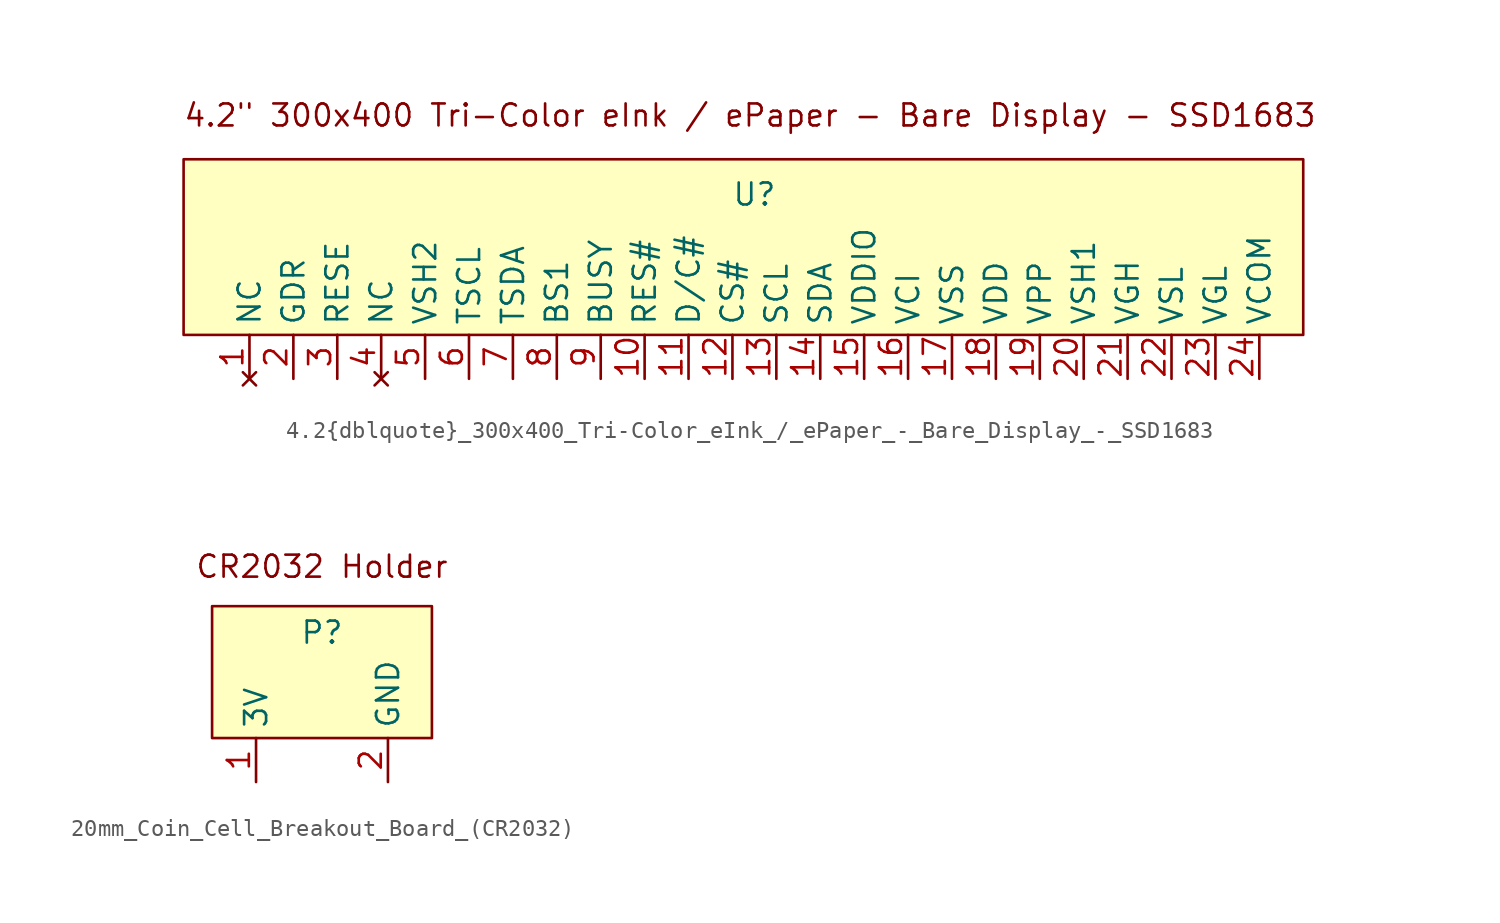
<source format=kicad_sym>
(kicad_symbol_lib
  (version 20241209)
  (generator "kicad_symbol_editor")
  (generator_version "9.0")
  (symbol "4.2{dblquote}_300x400_Tri-Color_eInk_/_ePaper_-_Bare_Display_-_SSD1683"
    (property "Reference" "U"
      (at 0 8.128 0)
      (effects (font (size 1.27 1.27))))
    (symbol "4.2{dblquote}_300x400_Tri-Color_eInk_/_ePaper_-_Bare_Display_-_SSD1683_0_1"
      (rectangle (start -33.02 10.16) (end 31.75 0) (stroke (width 0) (type default)) (fill (type color) (color 255 255 194 1))))
    (symbol "4.2{dblquote}_300x400_Tri-Color_eInk_/_ePaper_-_Bare_Display_-_SSD1683_1_1"
      (text "4.2\" 300x400 Tri-Color eInk / ePaper - Bare Display - SSD1683" (at -0.254 12.7 0) (effects (font (size 1.27 1.27))))
      (pin no_connect line (at -29.21 -2.54 90) (length 2.54) (name "NC" (effects (font (size 1.27 1.27)))) (number "1" (effects (font (size 1.27 1.27)))))
      (pin output line (at -26.67 -2.54 90) (length 2.54) (name "GDR" (effects (font (size 1.27 1.27)))) (number "2" (effects (font (size 1.27 1.27)))))
      (pin input line (at -24.13 -2.54 90) (length 2.54) (name "RESE" (effects (font (size 1.27 1.27)))) (number "3" (effects (font (size 1.27 1.27)))))
      (pin no_connect line (at -21.59 -2.54 90) (length 2.54) (name "NC" (effects (font (size 1.27 1.27)))) (number "4" (effects (font (size 1.27 1.27)))))
      (pin passive line (at -19.05 -2.54 90) (length 2.54) (name "VSH2" (effects (font (size 1.27 1.27)))) (number "5" (effects (font (size 1.27 1.27)))))
      (pin output line (at -16.51 -2.54 90) (length 2.54) (name "TSCL" (effects (font (size 1.27 1.27)))) (number "6" (effects (font (size 1.27 1.27)))))
      (pin bidirectional line (at -13.97 -2.54 90) (length 2.54) (name "TSDA" (effects (font (size 1.27 1.27)))) (number "7" (effects (font (size 1.27 1.27)))))
      (pin input line (at -11.43 -2.54 90) (length 2.54) (name "BS1" (effects (font (size 1.27 1.27)))) (number "8" (effects (font (size 1.27 1.27)))))
      (pin output line (at -8.89 -2.54 90) (length 2.54) (name "BUSY" (effects (font (size 1.27 1.27)))) (number "9" (effects (font (size 1.27 1.27)))))
      (pin input line (at -6.35 -2.54 90) (length 2.54) (name "RES#" (effects (font (size 1.27 1.27)))) (number "10" (effects (font (size 1.27 1.27)))))
      (pin input line (at -3.81 -2.54 90) (length 2.54) (name "D/C#" (effects (font (size 1.27 1.27)))) (number "11" (effects (font (size 1.27 1.27)))))
      (pin input line (at -1.27 -2.54 90) (length 2.54) (name "CS#" (effects (font (size 1.27 1.27)))) (number "12" (effects (font (size 1.27 1.27)))))
      (pin input line (at 1.27 -2.54 90) (length 2.54) (name "SCL" (effects (font (size 1.27 1.27)))) (number "13" (effects (font (size 1.27 1.27)))))
      (pin bidirectional line (at 3.81 -2.54 90) (length 2.54) (name "SDA" (effects (font (size 1.27 1.27)))) (number "14" (effects (font (size 1.27 1.27)))))
      (pin power_in line (at 6.35 -2.54 90) (length 2.54) (name "VDDIO" (effects (font (size 1.27 1.27)))) (number "15" (effects (font (size 1.27 1.27)))))
      (pin power_in line (at 8.89 -2.54 90) (length 2.54) (name "VCI" (effects (font (size 1.27 1.27)))) (number "16" (effects (font (size 1.27 1.27)))))
      (pin power_in line (at 11.43 -2.54 90) (length 2.54) (name "VSS" (effects (font (size 1.27 1.27)))) (number "17" (effects (font (size 1.27 1.27)))))
      (pin passive line (at 13.97 -2.54 90) (length 2.54) (name "VDD" (effects (font (size 1.27 1.27)))) (number "18" (effects (font (size 1.27 1.27)))))
      (pin power_in line (at 16.51 -2.54 90) (length 2.54) (name "VPP" (effects (font (size 1.27 1.27)))) (number "19" (effects (font (size 1.27 1.27)))))
      (pin passive line (at 19.05 -2.54 90) (length 2.54) (name "VSH1" (effects (font (size 1.27 1.27)))) (number "20" (effects (font (size 1.27 1.27)))))
      (pin passive line (at 21.59 -2.54 90) (length 2.54) (name "VGH" (effects (font (size 1.27 1.27)))) (number "21" (effects (font (size 1.27 1.27)))))
      (pin passive line (at 24.13 -2.54 90) (length 2.54) (name "VSL" (effects (font (size 1.27 1.27)))) (number "22" (effects (font (size 1.27 1.27)))))
      (pin passive line (at 26.67 -2.54 90) (length 2.54) (name "VGL" (effects (font (size 1.27 1.27)))) (number "23" (effects (font (size 1.27 1.27)))))
      (pin passive line (at 29.21 -2.54 90) (length 2.54) (name "VCOM" (effects (font (size 1.27 1.27)))) (number "24" (effects (font (size 1.27 1.27)))))))
  (symbol "20mm_Coin_Cell_Breakout_Board_(CR2032)"
    (property "Reference" "P"
      (at 0 6.096 0)
      (effects (font (size 1.27 1.27))))
    (symbol "20mm_Coin_Cell_Breakout_Board_(CR2032)_0_1"
      (rectangle (start -6.35 7.62) (end 6.35 0) (stroke (width 0) (type default)) (fill (type color) (color 255 255 194 1))))
    (symbol "20mm_Coin_Cell_Breakout_Board_(CR2032)_1_1"
      (text "CR2032 Holder" (at 0 9.906 0) (effects (font (size 1.27 1.27))))
      (pin power_out line (at -3.81 -2.54 90) (length 2.54) (name "3V" (effects (font (size 1.27 1.27)))) (number "1" (effects (font (size 1.27 1.27)))))
      (pin power_out line (at 3.81 -2.54 90) (length 2.54) (name "GND" (effects (font (size 1.27 1.27)))) (number "2" (effects (font (size 1.27 1.27))))))))
</source>
